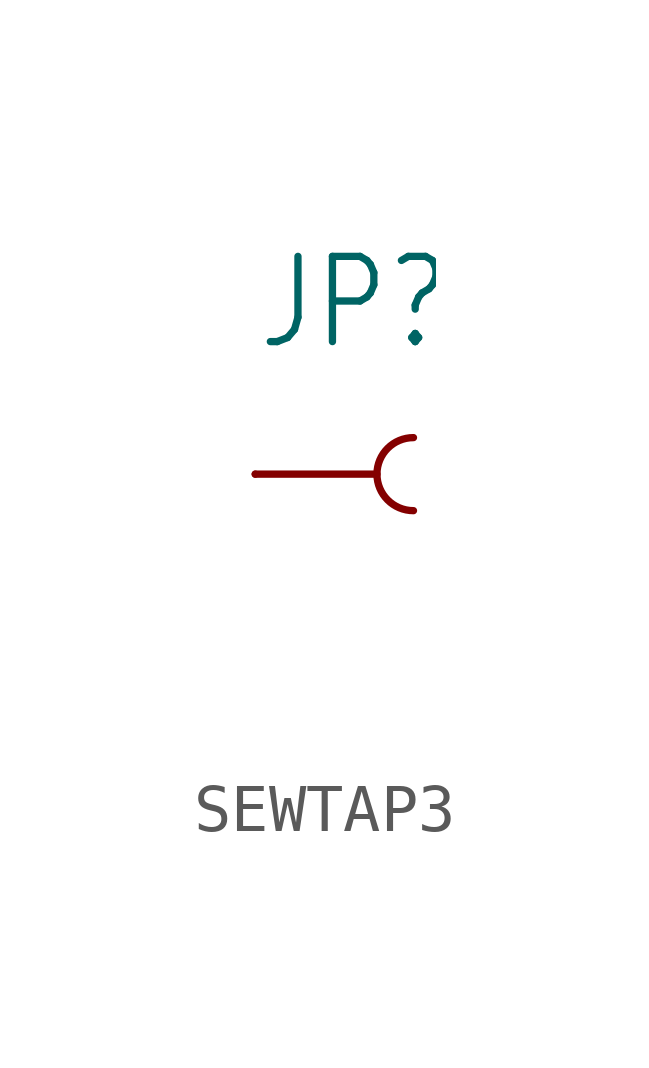
<source format=kicad_sym>
(kicad_symbol_lib
  (version 20220914)
  (generator kicad_symbol_editor)
  (symbol "SEWTAP3"
    (property "Reference" "JP"
      (at -2.54 2.54 0)
      (effects (font (size 1.778 1.511)) (justify left bottom)))
    (property "Value" ""
      (at -2.54 -5.08 0)
      (effects (font (size 1.778 1.511)) (justify left bottom)))
    (property "ki_locked" ""
      (at 0 0 0)
      (effects (font (size 1.27 1.27))))
    (symbol "SEWTAP3_1_0"
      (polyline (pts (xy 0 0) (xy -2.54 0)) (stroke (width 0.152) (type solid)) (fill (type none)))
      (arc (start 0.762 0.762) (mid 0 0) (end 0.762 -0.762) (stroke (width 0.1524) (type solid)) (fill (type none)))
      (pin bidirectional line (at -2.54 0 180) (length 0) (name "1" (effects (font (size 0 0)))) (number "1" (effects (font (size 0 0))))))))
</source>
